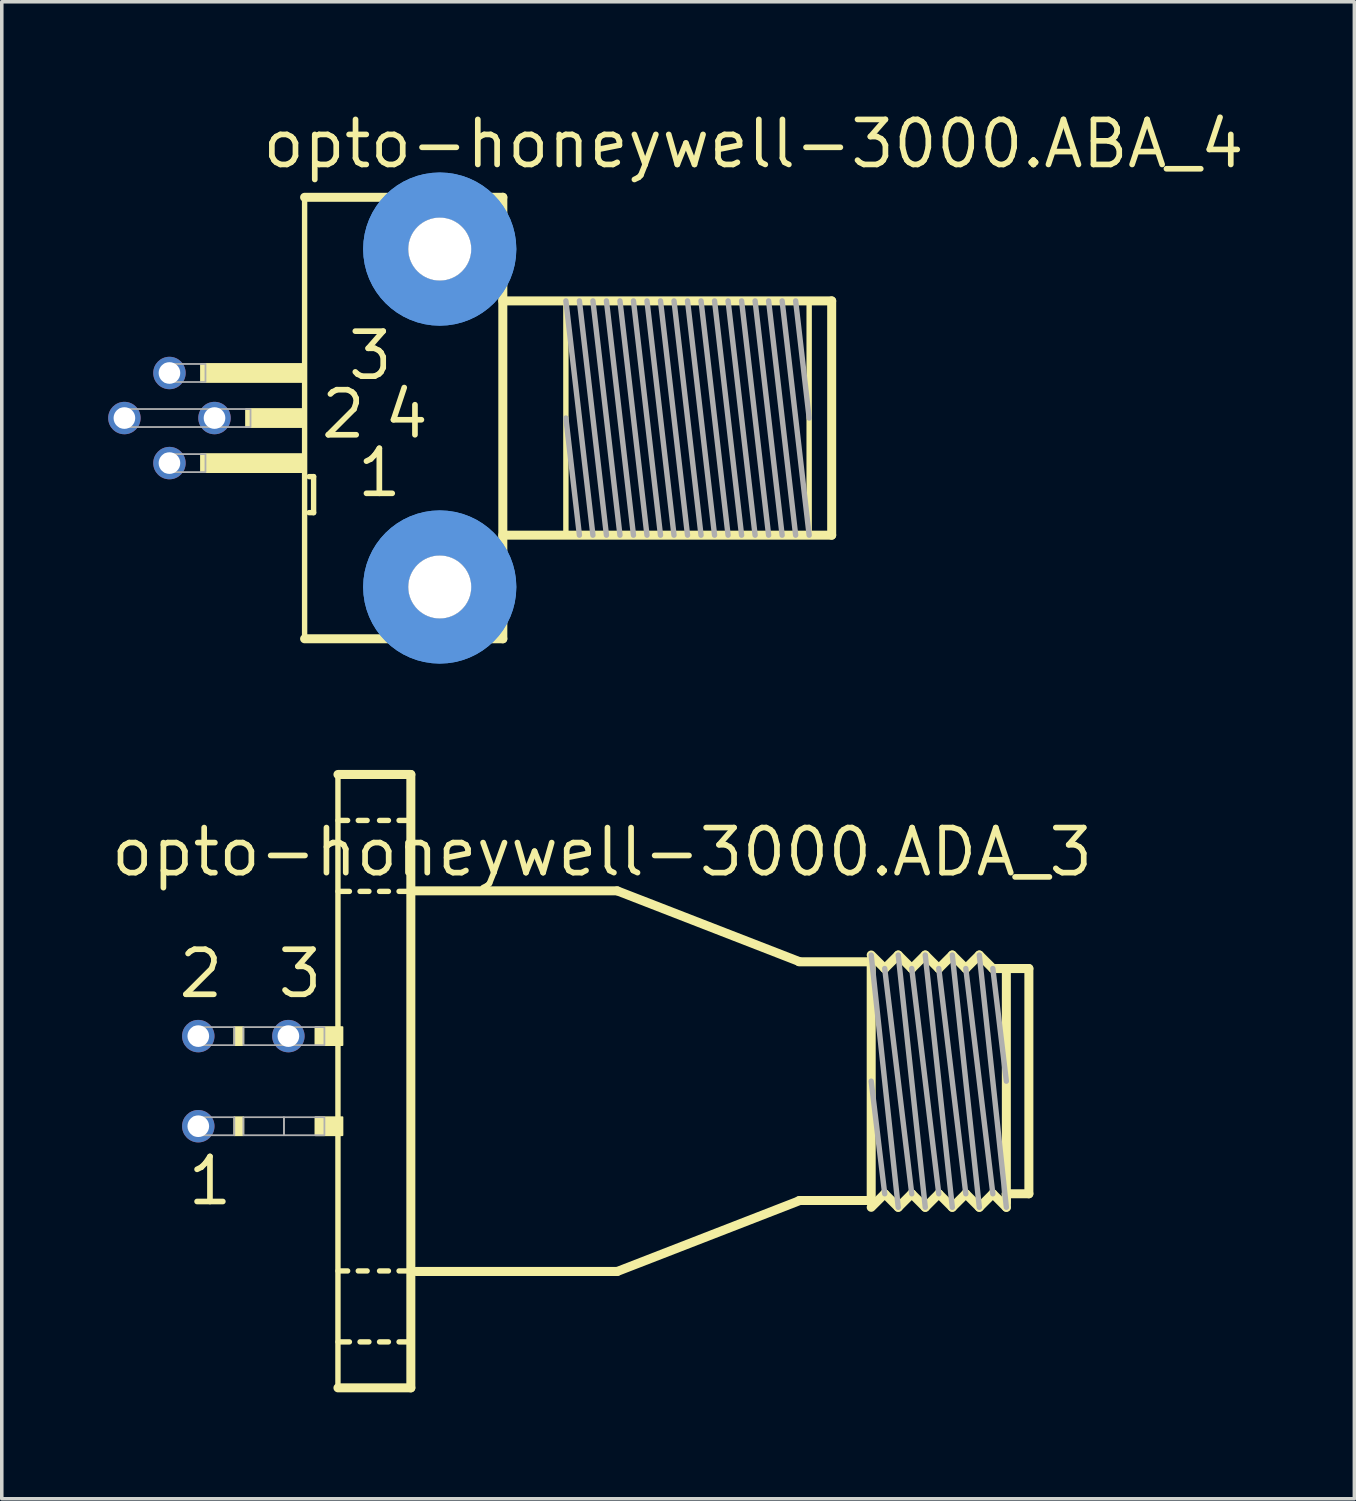
<source format=kicad_pcb>
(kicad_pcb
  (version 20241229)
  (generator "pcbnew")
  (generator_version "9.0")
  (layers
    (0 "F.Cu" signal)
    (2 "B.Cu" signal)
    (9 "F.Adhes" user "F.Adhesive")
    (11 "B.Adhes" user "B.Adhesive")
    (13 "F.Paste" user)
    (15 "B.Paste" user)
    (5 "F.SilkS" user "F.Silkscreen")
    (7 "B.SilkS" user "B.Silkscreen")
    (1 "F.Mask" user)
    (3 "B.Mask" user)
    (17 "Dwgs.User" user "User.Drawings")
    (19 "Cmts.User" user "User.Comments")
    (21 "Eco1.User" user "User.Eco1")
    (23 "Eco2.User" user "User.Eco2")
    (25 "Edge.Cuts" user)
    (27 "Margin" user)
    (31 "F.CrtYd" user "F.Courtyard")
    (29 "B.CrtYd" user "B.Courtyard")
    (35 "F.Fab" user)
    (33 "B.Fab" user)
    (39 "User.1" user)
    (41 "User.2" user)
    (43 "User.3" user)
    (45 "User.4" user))
  (footprint "opto-honeywell-3000.ABA_4"
    (layer "F.Cu")
    (at 9.347 8.735)
    (property "Reference" "opto-honeywell-3000.ABA_4" (at -5.08 -6.985 0) (layer "F.SilkS") (effects (font (size 1.27 1.27) (thickness 0.16)) (justify left bottom)))
    (attr through_hole)
    (fp_line (start -3.81 -6.223) (end -3.81 6.223) (stroke (width 0.152) (type default)) (layer "F.SilkS"))
    (fp_line (start -3.81 6.223) (end 1.778 6.223) (stroke (width 0.254) (type default)) (layer "F.SilkS"))
    (fp_line (start -3.683 1.651) (end -3.556 1.651) (stroke (width 0.152) (type default)) (layer "F.SilkS"))
    (fp_line (start -3.556 1.651) (end -3.556 2.667) (stroke (width 0.152) (type default)) (layer "F.SilkS"))
    (fp_line (start -3.556 2.667) (end -3.683 2.667) (stroke (width 0.152) (type default)) (layer "F.SilkS"))
    (fp_line (start 1.778 -6.223) (end -3.81 -6.223) (stroke (width 0.254) (type default)) (layer "F.SilkS"))
    (fp_line (start 1.778 -3.302) (end 11.049 -3.302) (stroke (width 0.254) (type default)) (layer "F.SilkS"))
    (fp_line (start 1.778 6.223) (end 1.778 -6.223) (stroke (width 0.254) (type default)) (layer "F.SilkS"))
    (fp_line (start 3.556 3.175) (end 3.556 -3.302) (stroke (width 0.152) (type default)) (layer "F.SilkS"))
    (fp_line (start 10.414 3.175) (end 10.414 -3.175) (stroke (width 0.152) (type default)) (layer "F.SilkS"))
    (fp_line (start 11.049 -3.302) (end 11.049 3.302) (stroke (width 0.254) (type default)) (layer "F.SilkS"))
    (fp_line (start 11.049 3.302) (end 1.778 3.302) (stroke (width 0.254) (type default)) (layer "F.SilkS"))
    (fp_rect (start -6.731 -1.016) (end -3.81 -1.524) (stroke (width 0.05) (type default)) (fill yes) (layer "F.SilkS"))
    (fp_rect (start -6.731 1.524) (end -3.81 1.016) (stroke (width 0.05) (type default)) (fill yes) (layer "F.SilkS"))
    (fp_rect (start -5.461 0.254) (end -3.81 -0.254) (stroke (width 0.05) (type default)) (fill yes) (layer "F.SilkS"))
    (fp_circle (center 0 -4.763) (end 1.524 -4.763) (stroke (width 1.27) (type default)) (fill no) (layer "Cmts.User"))
    (fp_circle (center 0 -4.763) (end 1.524 -4.763) (stroke (width 1.27) (type default)) (fill no) (layer "Cmts.User"))
    (fp_circle (center 0 4.763) (end 1.524 4.763) (stroke (width 1.27) (type default)) (fill no) (layer "Cmts.User"))
    (fp_circle (center 0 4.763) (end 1.524 4.763) (stroke (width 1.27) (type default)) (fill no) (layer "Cmts.User"))
    (fp_line (start 3.556 -3.302) (end 4.318 3.302) (stroke (width 0.152) (type default)) (layer "F.Fab"))
    (fp_line (start 3.937 -3.302) (end 4.699 3.302) (stroke (width 0.152) (type default)) (layer "F.Fab"))
    (fp_line (start 3.937 3.302) (end 3.556 0) (stroke (width 0.152) (type default)) (layer "F.Fab"))
    (fp_line (start 4.318 -3.302) (end 5.08 3.302) (stroke (width 0.152) (type default)) (layer "F.Fab"))
    (fp_line (start 4.699 -3.302) (end 5.461 3.302) (stroke (width 0.152) (type default)) (layer "F.Fab"))
    (fp_line (start 5.08 -3.302) (end 5.842 3.302) (stroke (width 0.152) (type default)) (layer "F.Fab"))
    (fp_line (start 5.461 -3.302) (end 6.223 3.302) (stroke (width 0.152) (type default)) (layer "F.Fab"))
    (fp_line (start 5.842 -3.302) (end 6.604 3.302) (stroke (width 0.152) (type default)) (layer "F.Fab"))
    (fp_line (start 6.223 -3.302) (end 6.985 3.302) (stroke (width 0.152) (type default)) (layer "F.Fab"))
    (fp_line (start 6.604 -3.302) (end 7.366 3.302) (stroke (width 0.152) (type default)) (layer "F.Fab"))
    (fp_line (start 6.985 -3.302) (end 7.747 3.302) (stroke (width 0.152) (type default)) (layer "F.Fab"))
    (fp_line (start 7.366 -3.302) (end 8.128 3.302) (stroke (width 0.152) (type default)) (layer "F.Fab"))
    (fp_line (start 7.747 -3.302) (end 8.509 3.302) (stroke (width 0.152) (type default)) (layer "F.Fab"))
    (fp_line (start 8.128 -3.302) (end 8.89 3.302) (stroke (width 0.152) (type default)) (layer "F.Fab"))
    (fp_line (start 8.509 -3.302) (end 9.271 3.302) (stroke (width 0.152) (type default)) (layer "F.Fab"))
    (fp_line (start 8.89 -3.302) (end 9.652 3.302) (stroke (width 0.152) (type default)) (layer "F.Fab"))
    (fp_line (start 9.271 -3.302) (end 10.033 3.302) (stroke (width 0.152) (type default)) (layer "F.Fab"))
    (fp_line (start 9.652 -3.302) (end 10.414 3.302) (stroke (width 0.152) (type default)) (layer "F.Fab"))
    (fp_line (start 10.414 0) (end 10.033 -3.302) (stroke (width 0.152) (type default)) (layer "F.Fab"))
    (fp_rect (start -9.017 0.254) (end -6.35 -0.254) (stroke (width 0.05) (type default)) (fill no) (layer "F.Fab"))
    (fp_rect (start -7.747 -1.016) (end -6.604 -1.524) (stroke (width 0.05) (type default)) (fill no) (layer "F.Fab"))
    (fp_rect (start -7.747 1.524) (end -6.604 1.016) (stroke (width 0.05) (type default)) (fill no) (layer "F.Fab"))
    (fp_rect (start -6.477 0.254) (end -5.334 -0.254) (stroke (width 0.05) (type default)) (fill no) (layer "F.Fab"))
    (fp_text user "3" (at -2.667 -1.016 0) (layer "F.SilkS") (effects (font (size 1.27 1.27) (thickness 0.16)) (justify left bottom)))
    (fp_text user "2" (at -3.429 0.635 0) (layer "F.SilkS") (effects (font (size 1.27 1.27) (thickness 0.16)) (justify left bottom)))
    (fp_text user "4" (at -1.651 0.635 0) (layer "F.SilkS") (effects (font (size 1.27 1.27) (thickness 0.16)) (justify left bottom)))
    (fp_text user "1" (at -2.413 2.286 0) (layer "F.SilkS") (effects (font (size 1.27 1.27) (thickness 0.16)) (justify left bottom)))
    (pad "" np_thru_hole circle (at 0 -4.763) (size 1.778 1.778) (drill 1.778) (layers "*.Cu" "*.Mask"))
    (pad "" np_thru_hole circle (at 0 4.763) (size 1.778 1.778) (drill 1.778) (layers "*.Cu" "*.Mask"))
    (pad "1" thru_hole circle (at -7.62 1.27) (size 0.914 0.914) (drill 0.61) (layers "*.Cu" "*.Mask"))
    (pad "2" thru_hole circle (at -8.89 0) (size 0.914 0.914) (drill 0.61) (layers "*.Cu" "*.Mask"))
    (pad "3" thru_hole circle (at -7.62 -1.27) (size 0.914 0.914) (drill 0.61) (layers "*.Cu" "*.Mask"))
    (pad "4" thru_hole circle (at -6.35 0) (size 0.914 0.914) (drill 0.61) (layers "*.Cu" "*.Mask")))
  (footprint "opto-honeywell-3000.ADA_3"
    (layer "F.Cu")
    (at 6.35 27.429)
    (property "Reference" "opto-honeywell-3000.ADA_3" (at -6.35 -5.715 0) (layer "F.SilkS") (effects (font (size 1.27 1.27) (thickness 0.16)) (justify left bottom)))
    (attr through_hole)
    (fp_line (start 0.127 -8.646) (end 2.182 -8.646) (stroke (width 0.254) (type default)) (layer "F.SilkS"))
    (fp_line (start 0.127 8.646) (end 0.127 -8.646) (stroke (width 0.152) (type default)) (layer "F.SilkS"))
    (fp_line (start 0.13 -7.35) (end 0.4 -7.35) (stroke (width 0.152) (type default)) (layer "F.SilkS"))
    (fp_line (start 0.13 -5.35) (end 0.45 -5.35) (stroke (width 0.152) (type default)) (layer "F.SilkS"))
    (fp_line (start 0.13 5.35) (end 0.4 5.35) (stroke (width 0.152) (type default)) (layer "F.SilkS"))
    (fp_line (start 0.13 7.35) (end 0.45 7.35) (stroke (width 0.152) (type default)) (layer "F.SilkS"))
    (fp_line (start 0.7 -7.35) (end 0.95 -7.35) (stroke (width 0.152) (type default)) (layer "F.SilkS"))
    (fp_line (start 0.7 5.35) (end 0.95 5.35) (stroke (width 0.152) (type default)) (layer "F.SilkS"))
    (fp_line (start 0.75 -5.35) (end 1 -5.35) (stroke (width 0.152) (type default)) (layer "F.SilkS"))
    (fp_line (start 0.75 7.35) (end 1 7.35) (stroke (width 0.152) (type default)) (layer "F.SilkS"))
    (fp_line (start 1.3 -7.35) (end 1.55 -7.35) (stroke (width 0.152) (type default)) (layer "F.SilkS"))
    (fp_line (start 1.3 -5.35) (end 1.55 -5.35) (stroke (width 0.152) (type default)) (layer "F.SilkS"))
    (fp_line (start 1.3 5.35) (end 1.55 5.35) (stroke (width 0.152) (type default)) (layer "F.SilkS"))
    (fp_line (start 1.3 7.35) (end 1.55 7.35) (stroke (width 0.152) (type default)) (layer "F.SilkS"))
    (fp_line (start 1.85 -7.35) (end 2.11 -7.35) (stroke (width 0.152) (type default)) (layer "F.SilkS"))
    (fp_line (start 1.85 -5.35) (end 2.11 -5.35) (stroke (width 0.152) (type default)) (layer "F.SilkS"))
    (fp_line (start 1.85 5.35) (end 2.11 5.35) (stroke (width 0.152) (type default)) (layer "F.SilkS"))
    (fp_line (start 1.85 7.35) (end 2.11 7.35) (stroke (width 0.152) (type default)) (layer "F.SilkS"))
    (fp_line (start 2.182 -8.646) (end 2.182 8.646) (stroke (width 0.254) (type default)) (layer "F.SilkS"))
    (fp_line (start 2.182 8.646) (end 0.127 8.646) (stroke (width 0.254) (type default)) (layer "F.SilkS"))
    (fp_line (start 2.229 -5.365) (end 8 -5.365) (stroke (width 0.254) (type default)) (layer "F.SilkS"))
    (fp_line (start 2.329 5.365) (end 8 5.365) (stroke (width 0.254) (type default)) (layer "F.SilkS"))
    (fp_line (start 8 -5.365) (end 13.127 -3.373) (stroke (width 0.254) (type default)) (layer "F.SilkS"))
    (fp_line (start 8 5.365) (end 13.127 3.373) (stroke (width 0.254) (type default)) (layer "F.SilkS"))
    (fp_line (start 13.127 -3.365) (end 15.16 -3.365) (stroke (width 0.254) (type default)) (layer "F.SilkS"))
    (fp_line (start 15.16 -3.556) (end 15.541 -3.175) (stroke (width 0.254) (type default)) (layer "F.SilkS"))
    (fp_line (start 15.16 -3.365) (end 15.16 -3.429) (stroke (width 0.254) (type default)) (layer "F.SilkS"))
    (fp_line (start 15.16 3.365) (end 13.127 3.365) (stroke (width 0.254) (type default)) (layer "F.SilkS"))
    (fp_line (start 15.16 3.365) (end 15.16 -3.365) (stroke (width 0.254) (type default)) (layer "F.SilkS"))
    (fp_line (start 15.16 3.429) (end 15.16 3.365) (stroke (width 0.254) (type default)) (layer "F.SilkS"))
    (fp_line (start 15.541 -3.175) (end 15.922 -3.556) (stroke (width 0.254) (type default)) (layer "F.SilkS"))
    (fp_line (start 15.541 3.175) (end 15.16 3.556) (stroke (width 0.254) (type default)) (layer "F.SilkS"))
    (fp_line (start 15.922 -3.556) (end 16.303 -3.175) (stroke (width 0.254) (type default)) (layer "F.SilkS"))
    (fp_line (start 15.922 3.556) (end 15.541 3.175) (stroke (width 0.254) (type default)) (layer "F.SilkS"))
    (fp_line (start 15.922 3.556) (end 16.303 3.175) (stroke (width 0.254) (type default)) (layer "F.SilkS"))
    (fp_line (start 16.303 -3.175) (end 16.684 -3.556) (stroke (width 0.254) (type default)) (layer "F.SilkS"))
    (fp_line (start 16.303 3.175) (end 16.684 3.556) (stroke (width 0.254) (type default)) (layer "F.SilkS"))
    (fp_line (start 16.684 -3.556) (end 17.065 -3.175) (stroke (width 0.254) (type default)) (layer "F.SilkS"))
    (fp_line (start 17.065 -3.175) (end 17.446 -3.556) (stroke (width 0.254) (type default)) (layer "F.SilkS"))
    (fp_line (start 17.065 3.175) (end 16.684 3.556) (stroke (width 0.254) (type default)) (layer "F.SilkS"))
    (fp_line (start 17.446 -3.556) (end 17.827 -3.175) (stroke (width 0.254) (type default)) (layer "F.SilkS"))
    (fp_line (start 17.446 3.556) (end 17.065 3.175) (stroke (width 0.254) (type default)) (layer "F.SilkS"))
    (fp_line (start 17.827 -3.175) (end 18.208 -3.556) (stroke (width 0.254) (type default)) (layer "F.SilkS"))
    (fp_line (start 17.827 3.175) (end 17.446 3.556) (stroke (width 0.254) (type default)) (layer "F.SilkS"))
    (fp_line (start 18.208 -3.556) (end 18.589 -3.175) (stroke (width 0.254) (type default)) (layer "F.SilkS"))
    (fp_line (start 18.208 3.556) (end 17.827 3.175) (stroke (width 0.254) (type default)) (layer "F.SilkS"))
    (fp_line (start 18.589 -3.175) (end 18.97 -3.175) (stroke (width 0.254) (type default)) (layer "F.SilkS"))
    (fp_line (start 18.589 3.175) (end 18.208 3.556) (stroke (width 0.254) (type default)) (layer "F.SilkS"))
    (fp_line (start 18.97 -3.175) (end 19.605 -3.175) (stroke (width 0.254) (type default)) (layer "F.SilkS"))
    (fp_line (start 18.97 3.175) (end 18.97 -3.175) (stroke (width 0.254) (type default)) (layer "F.SilkS"))
    (fp_line (start 18.97 3.175) (end 18.97 3.556) (stroke (width 0.254) (type default)) (layer "F.SilkS"))
    (fp_line (start 18.97 3.429) (end 18.97 3.175) (stroke (width 0.254) (type default)) (layer "F.SilkS"))
    (fp_line (start 18.97 3.556) (end 18.589 3.175) (stroke (width 0.254) (type default)) (layer "F.SilkS"))
    (fp_line (start 19.605 -3.175) (end 19.605 3.175) (stroke (width 0.254) (type default)) (layer "F.SilkS"))
    (fp_line (start 19.605 3.175) (end 18.97 3.175) (stroke (width 0.254) (type default)) (layer "F.SilkS"))
    (fp_rect (start -2.794 -1.016) (end -2.54 -1.524) (stroke (width 0.05) (type default)) (fill yes) (layer "F.SilkS"))
    (fp_rect (start -2.794 1.524) (end -2.54 1.016) (stroke (width 0.05) (type default)) (fill yes) (layer "F.SilkS"))
    (fp_rect (start -0.508 -1.016) (end 0.254 -1.524) (stroke (width 0.05) (type default)) (fill yes) (layer "F.SilkS"))
    (fp_rect (start -0.508 1.524) (end 0.254 1.016) (stroke (width 0.05) (type default)) (fill yes) (layer "F.SilkS"))
    (fp_line (start 15.16 -3.556) (end 15.922 3.556) (stroke (width 0.152) (type default)) (layer "F.Fab"))
    (fp_line (start 15.541 -3.175) (end 16.303 3.175) (stroke (width 0.152) (type default)) (layer "F.Fab"))
    (fp_line (start 15.541 3.175) (end 15.16 0) (stroke (width 0.152) (type default)) (layer "F.Fab"))
    (fp_line (start 15.922 -3.556) (end 16.684 3.556) (stroke (width 0.152) (type default)) (layer "F.Fab"))
    (fp_line (start 16.303 -3.175) (end 17.065 3.175) (stroke (width 0.152) (type default)) (layer "F.Fab"))
    (fp_line (start 16.684 -3.556) (end 17.446 3.556) (stroke (width 0.152) (type default)) (layer "F.Fab"))
    (fp_line (start 17.065 -3.175) (end 17.827 3.175) (stroke (width 0.152) (type default)) (layer "F.Fab"))
    (fp_line (start 17.446 -3.556) (end 18.208 3.556) (stroke (width 0.152) (type default)) (layer "F.Fab"))
    (fp_line (start 17.827 -3.175) (end 18.589 3.175) (stroke (width 0.152) (type default)) (layer "F.Fab"))
    (fp_line (start 18.208 -3.556) (end 18.97 3.556) (stroke (width 0.152) (type default)) (layer "F.Fab"))
    (fp_line (start 18.97 0) (end 18.589 -3.175) (stroke (width 0.152) (type default)) (layer "F.Fab"))
    (fp_rect (start -3.937 -1.016) (end -2.794 -1.524) (stroke (width 0.05) (type default)) (fill no) (layer "F.Fab"))
    (fp_rect (start -3.937 1.524) (end -2.794 1.016) (stroke (width 0.05) (type default)) (fill no) (layer "F.Fab"))
    (fp_rect (start -2.54 -1.016) (end -1.397 -1.524) (stroke (width 0.05) (type default)) (fill no) (layer "F.Fab"))
    (fp_rect (start -2.54 1.524) (end -1.397 1.016) (stroke (width 0.05) (type default)) (fill no) (layer "F.Fab"))
    (fp_rect (start -1.397 -1.016) (end -0.254 -1.524) (stroke (width 0.05) (type default)) (fill no) (layer "F.Fab"))
    (fp_rect (start -1.397 1.524) (end -0.254 1.016) (stroke (width 0.05) (type default)) (fill no) (layer "F.Fab"))
    (fp_text user "3" (at -1.651 -2.286 0) (layer "F.SilkS") (effects (font (size 1.27 1.27) (thickness 0.16)) (justify left bottom)))
    (fp_text user "1" (at -4.191 3.556 0) (layer "F.SilkS") (effects (font (size 1.27 1.27) (thickness 0.16)) (justify left bottom)))
    (fp_text user "2" (at -4.445 -2.286 0) (layer "F.SilkS") (effects (font (size 1.27 1.27) (thickness 0.16)) (justify left bottom)))
    (pad "1" thru_hole circle (at -3.81 1.27) (size 0.914 0.914) (drill 0.61) (layers "*.Cu" "*.Mask"))
    (pad "2" thru_hole circle (at -3.81 -1.27) (size 0.914 0.914) (drill 0.61) (layers "*.Cu" "*.Mask"))
    (pad "3" thru_hole circle (at -1.27 -1.27) (size 0.914 0.914) (drill 0.61) (layers "*.Cu" "*.Mask")))
  (gr_rect
    (start -3 -3)
    (end 35.131 39.202)
    (stroke (width 0.1) (type default))
    (fill no)
    (layer "Edge.Cuts")))
</source>
